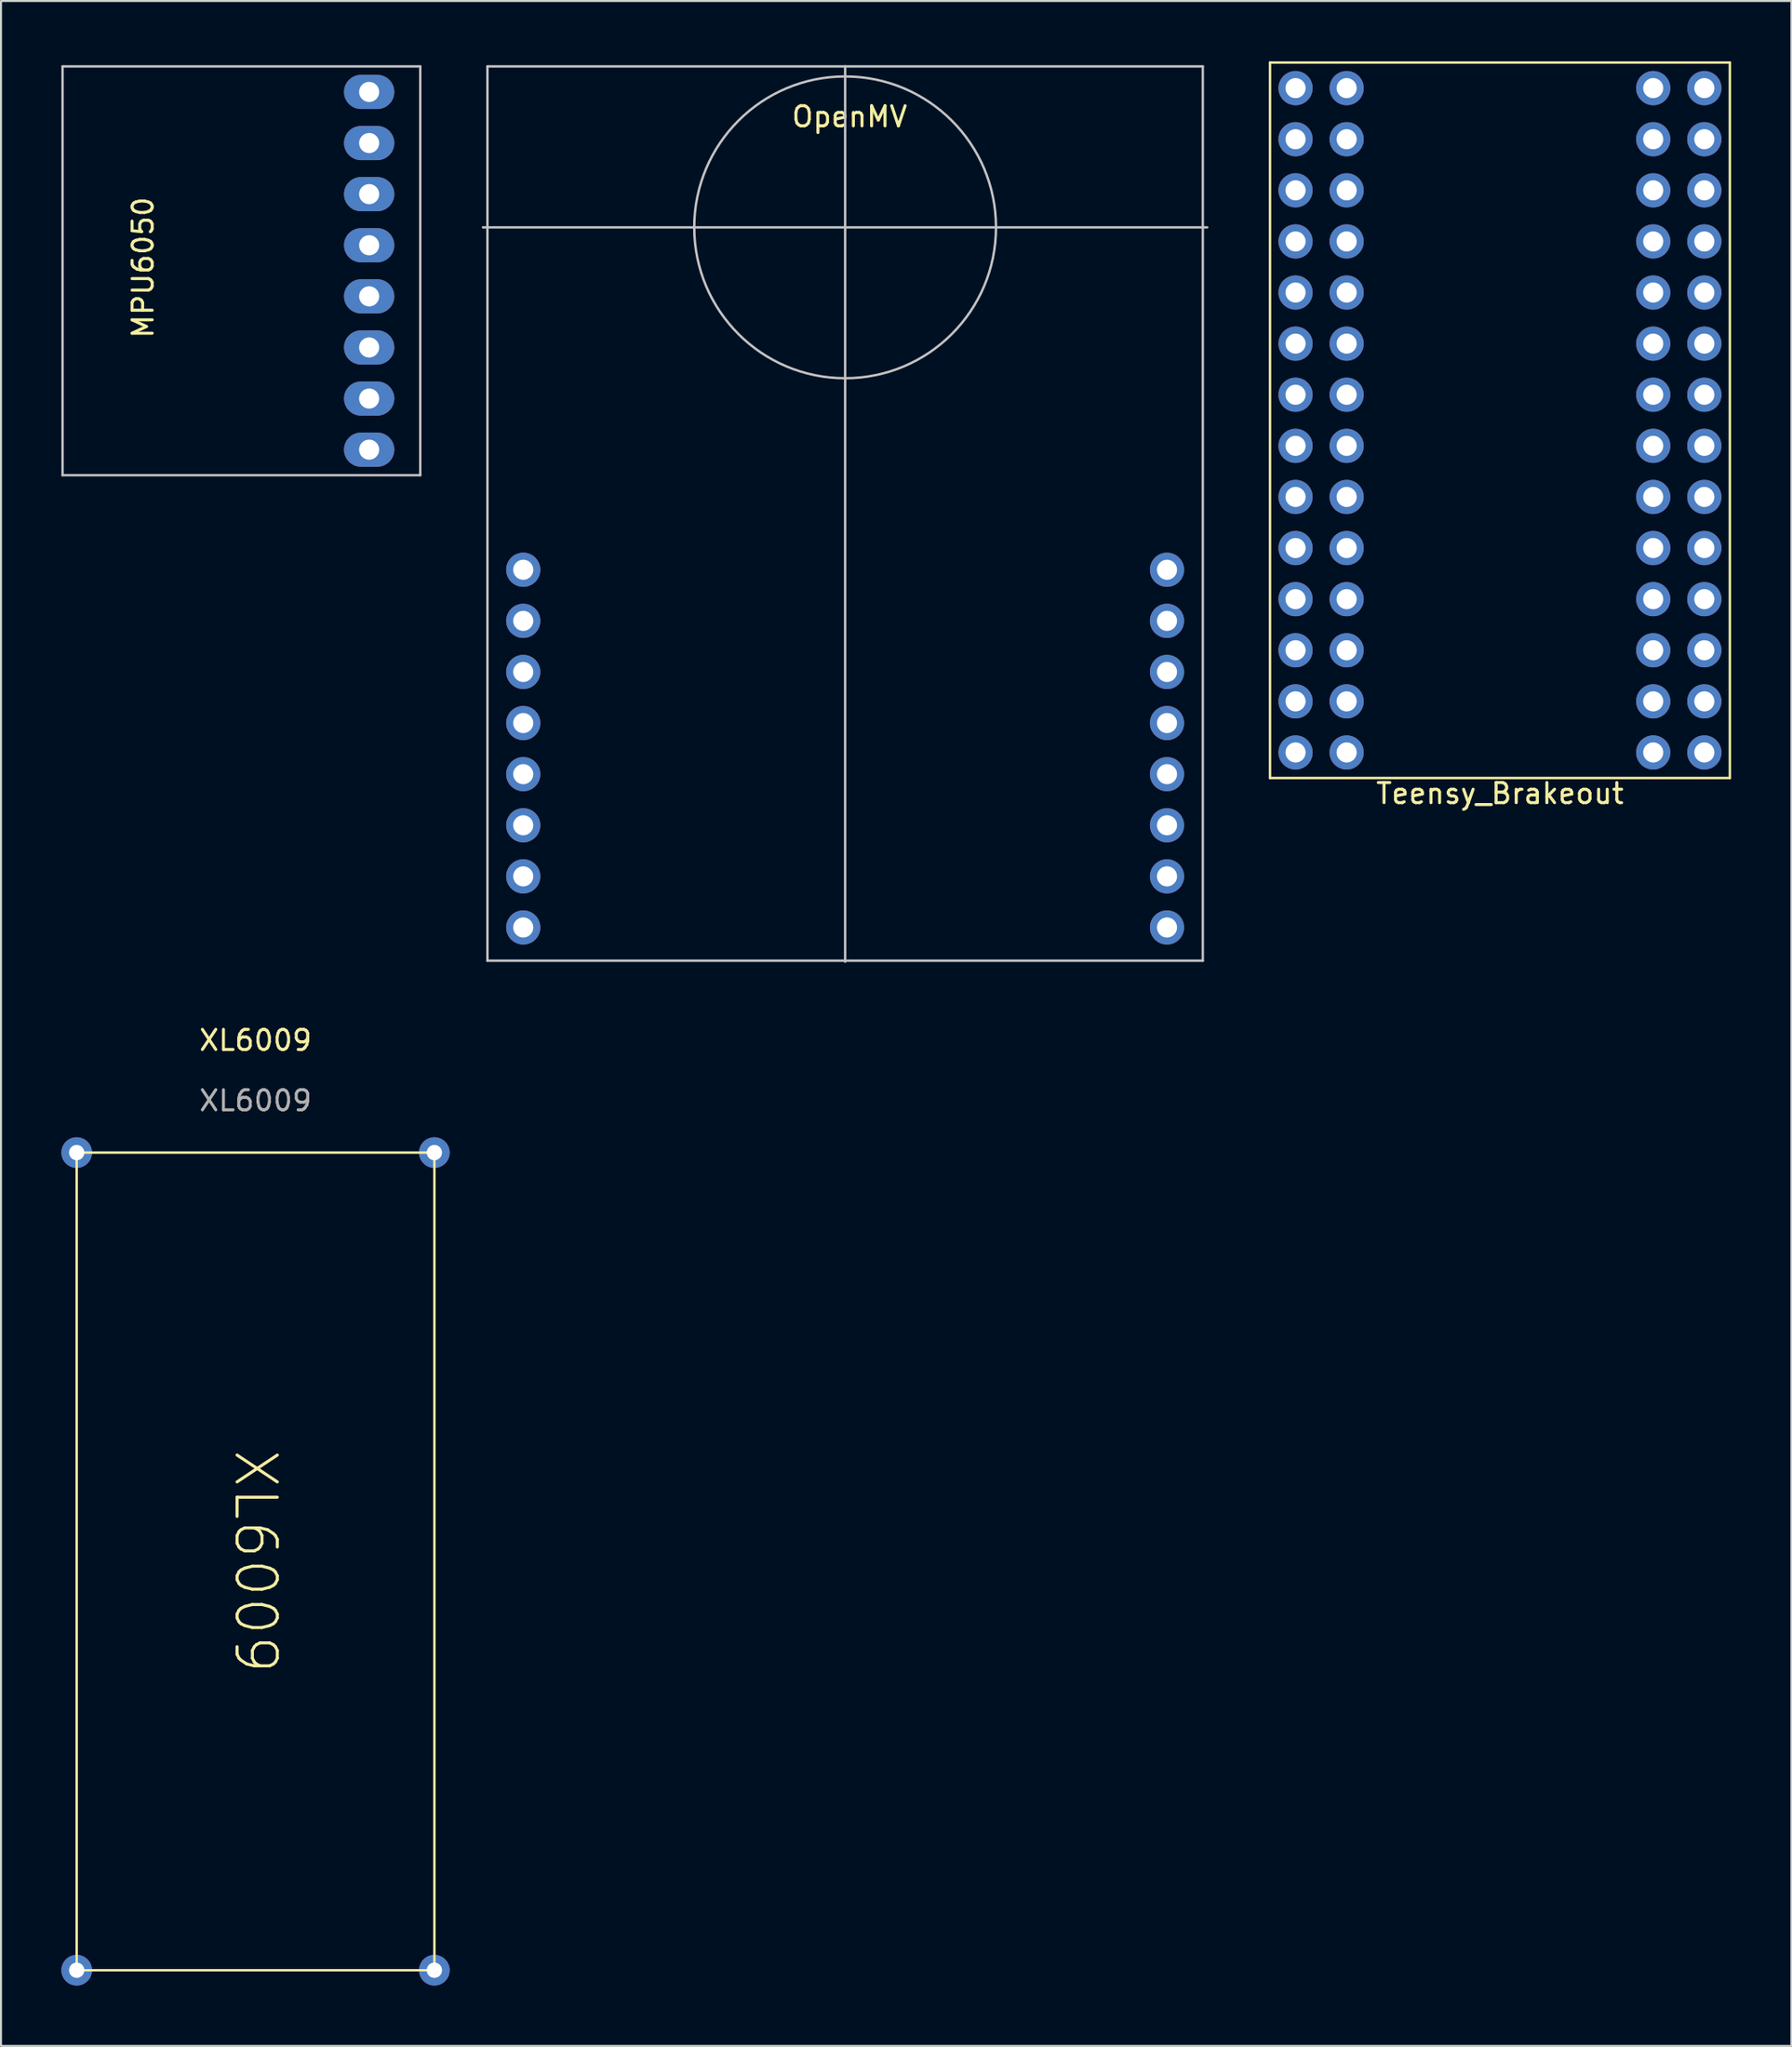
<source format=kicad_pcb>
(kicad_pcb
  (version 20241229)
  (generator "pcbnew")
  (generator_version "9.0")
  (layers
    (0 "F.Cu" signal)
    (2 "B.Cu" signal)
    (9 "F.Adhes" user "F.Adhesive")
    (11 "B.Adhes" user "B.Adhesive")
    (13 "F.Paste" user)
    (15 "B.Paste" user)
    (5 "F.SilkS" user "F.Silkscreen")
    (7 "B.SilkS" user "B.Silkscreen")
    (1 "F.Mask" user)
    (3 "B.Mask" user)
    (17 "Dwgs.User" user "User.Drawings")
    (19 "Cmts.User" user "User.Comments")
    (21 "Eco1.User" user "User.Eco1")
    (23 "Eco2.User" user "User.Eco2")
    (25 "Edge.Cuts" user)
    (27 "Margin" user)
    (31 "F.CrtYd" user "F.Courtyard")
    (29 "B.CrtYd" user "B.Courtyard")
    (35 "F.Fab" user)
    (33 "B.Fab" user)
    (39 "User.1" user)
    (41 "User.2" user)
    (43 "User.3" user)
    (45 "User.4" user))
  (footprint "XL6009"
    (layer "F.Cu")
    (at 9.652 49.158)
    (property "Reference" "XL6009" (at 0 -0.5 0) (unlocked yes) (layer "F.SilkS") (effects (font (size 1 1) (thickness 0.15))))
    (attr through_hole)
    (fp_rect (start -8.89 5.08) (end 8.89 45.72) (stroke (width 0.12) (type solid)) (fill no) (layer "F.SilkS"))
    (fp_text user "XL6009" (at 0 25.4 270) (unlocked yes) (layer "F.SilkS") (effects (font (size 2 2) (thickness 0.15))))
    (fp_text user "${REFERENCE}" (at 0 2.5 0) (unlocked yes) (layer "F.Fab") (effects (font (size 1 1) (thickness 0.15))))
    (pad "1" thru_hole circle (at 8.89 5.08) (size 1.524 1.524) (drill 0.762) (layers "*.Cu" "*.Mask"))
    (pad "2" thru_hole circle (at -8.89 5.08) (size 1.524 1.524) (drill 0.762) (layers "*.Cu" "*.Mask"))
    (pad "3" thru_hole circle (at 8.89 45.72) (size 1.524 1.524) (drill 0.762) (layers "*.Cu" "*.Mask"))
    (pad "4" thru_hole circle (at -8.89 45.72) (size 1.524 1.524) (drill 0.762) (layers "*.Cu" "*.Mask")))
  (footprint "OpenMV"
    (layer "F.Cu")
    (at 38.96 0.25)
    (property "Reference" "OpenMV" (at 0.22 2.5 180) (layer "F.SilkS") (effects (font (size 1 1) (thickness 0.15))))
    (attr through_hole)
    (fp_line (start -18 8) (end 18 8) (stroke (width 0.12) (type solid)) (layer "Dwgs.User"))
    (fp_line (start -17.78 0) (end 0 0) (stroke (width 0.12) (type solid)) (layer "Dwgs.User"))
    (fp_line (start -17.78 44.45) (end -17.78 0) (stroke (width 0.12) (type solid)) (layer "Dwgs.User"))
    (fp_line (start 0 0) (end 0 44.5) (stroke (width 0.12) (type solid)) (layer "Dwgs.User"))
    (fp_line (start 0 0) (end 17.78 0) (stroke (width 0.12) (type solid)) (layer "Dwgs.User"))
    (fp_line (start 17.78 0) (end 17.78 44.45) (stroke (width 0.12) (type solid)) (layer "Dwgs.User"))
    (fp_line (start 17.78 44.45) (end -17.78 44.45) (stroke (width 0.12) (type solid)) (layer "Dwgs.User"))
    (fp_circle (center 0 8) (end 7.5 8) (stroke (width 0.12) (type solid)) (fill no) (layer "Dwgs.User"))
    (pad "1" thru_hole circle (at -16 42.799) (size 1.7 1.7) (drill 1) (layers "*.Cu" "*.Mask"))
    (pad "2" thru_hole circle (at -16 40.259) (size 1.7 1.7) (drill 1) (layers "*.Cu" "*.Mask"))
    (pad "3" thru_hole circle (at -16 37.719) (size 1.7 1.7) (drill 1) (layers "*.Cu" "*.Mask"))
    (pad "4" thru_hole circle (at -16 35.179) (size 1.7 1.7) (drill 1) (layers "*.Cu" "*.Mask"))
    (pad "5" thru_hole circle (at -16 32.639) (size 1.7 1.7) (drill 1) (layers "*.Cu" "*.Mask"))
    (pad "6" thru_hole circle (at -16 30.099) (size 1.7 1.7) (drill 1) (layers "*.Cu" "*.Mask"))
    (pad "7" thru_hole circle (at -16 27.559) (size 1.7 1.7) (drill 1) (layers "*.Cu" "*.Mask"))
    (pad "8" thru_hole circle (at -16 25.019) (size 1.7 1.7) (drill 1) (layers "*.Cu" "*.Mask"))
    (pad "9" thru_hole circle (at 16 25.019) (size 1.7 1.7) (drill 1) (layers "*.Cu" "*.Mask"))
    (pad "10" thru_hole circle (at 16 27.559) (size 1.7 1.7) (drill 1) (layers "*.Cu" "*.Mask"))
    (pad "11" thru_hole circle (at 16 30.099) (size 1.7 1.7) (drill 1) (layers "*.Cu" "*.Mask"))
    (pad "12" thru_hole circle (at 16 32.639) (size 1.7 1.7) (drill 1) (layers "*.Cu" "*.Mask"))
    (pad "13" thru_hole circle (at 16 35.179) (size 1.7 1.7) (drill 1) (layers "*.Cu" "*.Mask"))
    (pad "14" thru_hole circle (at 16 37.719) (size 1.7 1.7) (drill 1) (layers "*.Cu" "*.Mask"))
    (pad "15" thru_hole circle (at 16 40.259) (size 1.7 1.7) (drill 1) (layers "*.Cu" "*.Mask"))
    (pad "16" thru_hole circle (at 16 42.799) (size 1.7 1.7) (drill 1) (layers "*.Cu" "*.Mask")))
  (footprint "MPU6050"
    (layer "F.Cu")
    (at 15.3 0.25)
    (property "Reference" "MPU6050" (at -11.24 10 90) (layer "F.SilkS") (effects (font (size 1 1) (thickness 0.15))))
    (attr through_hole)
    (fp_line (start -15.24 0) (end -15.24 20.32) (stroke (width 0.12) (type solid)) (layer "Dwgs.User"))
    (fp_line (start -15.24 20.32) (end 2.54 20.32) (stroke (width 0.12) (type solid)) (layer "Dwgs.User"))
    (fp_line (start 2.54 0) (end -15.24 0) (stroke (width 0.12) (type solid)) (layer "Dwgs.User"))
    (fp_line (start 2.54 20.32) (end 2.54 0) (stroke (width 0.12) (type solid)) (layer "Dwgs.User"))
    (pad "1" thru_hole oval (at 0 1.27) (size 2.5 1.7) (drill 1) (layers "*.Cu" "*.Mask"))
    (pad "2" thru_hole oval (at 0 3.81) (size 2.5 1.7) (drill 1) (layers "*.Cu" "*.Mask"))
    (pad "3" thru_hole oval (at 0 6.35) (size 2.5 1.7) (drill 1) (layers "*.Cu" "*.Mask"))
    (pad "4" thru_hole oval (at 0 8.89) (size 2.5 1.7) (drill 1) (layers "*.Cu" "*.Mask"))
    (pad "5" thru_hole oval (at 0 11.43) (size 2.5 1.7) (drill 1) (layers "*.Cu" "*.Mask"))
    (pad "6" thru_hole oval (at 0 13.97) (size 2.5 1.7) (drill 1) (layers "*.Cu" "*.Mask"))
    (pad "7" thru_hole oval (at 0 16.51) (size 2.5 1.7) (drill 1) (layers "*.Cu" "*.Mask"))
    (pad "8" thru_hole oval (at 0 19.05) (size 2.5 1.7) (drill 1) (layers "*.Cu" "*.Mask")))
  (footprint "Teensy_Brakeout"
    (layer "F.Cu")
    (at 71.51 17.38)
    (property "Reference" "Teensy_Brakeout" (at 0 19.01 180) (layer "F.SilkS") (effects (font (size 1 1) (thickness 0.15))))
    (attr through_hole)
    (fp_line (start -11.43 -17.32) (end -11.43 18.24) (stroke (width 0.12) (type solid)) (layer "F.SilkS"))
    (fp_line (start -11.43 18.24) (end 11.43 18.24) (stroke (width 0.12) (type solid)) (layer "F.SilkS"))
    (fp_line (start 11.43 -17.32) (end -11.43 -17.32) (stroke (width 0.12) (type solid)) (layer "F.SilkS"))
    (fp_line (start 11.43 18.24) (end 11.43 -17.32) (stroke (width 0.12) (type solid)) (layer "F.SilkS"))
    (pad "1" thru_hole circle (at -10.16 -10.97 180) (size 1.7 1.7) (drill 1) (layers "*.Cu" "*.Mask"))
    (pad "1" thru_hole circle (at -7.62 -16.05 180) (size 1.7 1.7) (drill 1) (layers "*.Cu" "*.Mask"))
    (pad "1" thru_hole circle (at 7.62 -13.51 180) (size 1.7 1.7) (drill 1) (layers "*.Cu" "*.Mask"))
    (pad "1" thru_hole circle (at 10.16 -8.43 180) (size 1.7 1.7) (drill 1) (layers "*.Cu" "*.Mask"))
    (pad "1" thru_hole circle (at 10.16 -5.89 180) (size 1.7 1.7) (drill 1) (layers "*.Cu" "*.Mask"))
    (pad "1" thru_hole circle (at 10.16 11.89 180) (size 1.7 1.7) (drill 1) (layers "*.Cu" "*.Mask"))
    (pad "2" thru_hole circle (at -7.62 -13.51 180) (size 1.7 1.7) (drill 1) (layers "*.Cu" "*.Mask"))
    (pad "3" thru_hole circle (at -7.62 -10.97 180) (size 1.7 1.7) (drill 1) (layers "*.Cu" "*.Mask"))
    (pad "4" thru_hole circle (at -7.62 -8.43 180) (size 1.7 1.7) (drill 1) (layers "*.Cu" "*.Mask"))
    (pad "5" thru_hole circle (at -7.62 -5.89 180) (size 1.7 1.7) (drill 1) (layers "*.Cu" "*.Mask"))
    (pad "6" thru_hole circle (at -7.62 -3.35 180) (size 1.7 1.7) (drill 1) (layers "*.Cu" "*.Mask"))
    (pad "7" thru_hole circle (at -7.62 -0.81 180) (size 1.7 1.7) (drill 1) (layers "*.Cu" "*.Mask"))
    (pad "8" thru_hole circle (at -7.62 1.73 180) (size 1.7 1.7) (drill 1) (layers "*.Cu" "*.Mask"))
    (pad "9" thru_hole circle (at -7.62 4.27 180) (size 1.7 1.7) (drill 1) (layers "*.Cu" "*.Mask"))
    (pad "10" thru_hole circle (at -7.62 6.81 180) (size 1.7 1.7) (drill 1) (layers "*.Cu" "*.Mask"))
    (pad "11" thru_hole circle (at -7.62 9.35 180) (size 1.7 1.7) (drill 1) (layers "*.Cu" "*.Mask"))
    (pad "12" thru_hole circle (at -7.62 11.89 180) (size 1.7 1.7) (drill 1) (layers "*.Cu" "*.Mask"))
    (pad "13" thru_hole circle (at -7.62 14.43 180) (size 1.7 1.7) (drill 1) (layers "*.Cu" "*.Mask"))
    (pad "14" thru_hole circle (at -7.62 16.97 180) (size 1.7 1.7) (drill 1) (layers "*.Cu" "*.Mask"))
    (pad "15" thru_hole circle (at -10.16 16.97) (size 1.7 1.7) (drill 1) (layers "*.Cu" "*.Mask"))
    (pad "18" thru_hole circle (at 10.16 14.43) (size 1.7 1.7) (drill 1) (layers "*.Cu" "*.Mask"))
    (pad "19" thru_hole circle (at 10.16 16.97) (size 1.7 1.7) (drill 1) (layers "*.Cu" "*.Mask"))
    (pad "20" thru_hole circle (at 7.62 16.97 180) (size 1.7 1.7) (drill 1) (layers "*.Cu" "*.Mask"))
    (pad "21" thru_hole circle (at 7.62 14.43 180) (size 1.7 1.7) (drill 1) (layers "*.Cu" "*.Mask"))
    (pad "22" thru_hole circle (at 7.62 11.89 180) (size 1.7 1.7) (drill 1) (layers "*.Cu" "*.Mask"))
    (pad "23" thru_hole circle (at 7.62 9.35 180) (size 1.7 1.7) (drill 1) (layers "*.Cu" "*.Mask"))
    (pad "24" thru_hole circle (at 7.62 6.81 180) (size 1.7 1.7) (drill 1) (layers "*.Cu" "*.Mask"))
    (pad "25" thru_hole circle (at 7.62 4.27 180) (size 1.7 1.7) (drill 1) (layers "*.Cu" "*.Mask"))
    (pad "26" thru_hole circle (at 7.62 1.73 180) (size 1.7 1.7) (drill 1) (layers "*.Cu" "*.Mask"))
    (pad "27" thru_hole circle (at 7.62 -0.81 180) (size 1.7 1.7) (drill 1) (layers "*.Cu" "*.Mask"))
    (pad "28" thru_hole circle (at 7.62 -3.35 180) (size 1.7 1.7) (drill 1) (layers "*.Cu" "*.Mask"))
    (pad "29" thru_hole circle (at 7.62 -5.89 180) (size 1.7 1.7) (drill 1) (layers "*.Cu" "*.Mask"))
    (pad "30" thru_hole circle (at 7.62 -8.43 180) (size 1.7 1.7) (drill 1) (layers "*.Cu" "*.Mask"))
    (pad "31" thru_hole circle (at -10.16 -5.89 180) (size 1.7 1.7) (drill 1) (layers "*.Cu" "*.Mask"))
    (pad "31" thru_hole circle (at 7.62 -10.97 180) (size 1.7 1.7) (drill 1) (layers "*.Cu" "*.Mask"))
    (pad "31" thru_hole circle (at 10.16 9.35 180) (size 1.7 1.7) (drill 1) (layers "*.Cu" "*.Mask"))
    (pad "33" thru_hole circle (at 7.62 -16.05 180) (size 1.7 1.7) (drill 1) (layers "*.Cu" "*.Mask"))
    (pad "34" thru_hole circle (at 10.16 -16.05) (size 1.7 1.7) (drill 1) (layers "*.Cu" "*.Mask"))
    (pad "35" thru_hole circle (at 10.16 6.81) (size 1.7 1.7) (drill 1) (layers "*.Cu" "*.Mask"))
    (pad "36" thru_hole circle (at 10.16 -0.81) (size 1.7 1.7) (drill 1) (layers "*.Cu" "*.Mask"))
    (pad "37" thru_hole circle (at 10.16 1.73) (size 1.7 1.7) (drill 1) (layers "*.Cu" "*.Mask"))
    (pad "38" thru_hole circle (at 10.16 -3.35) (size 1.7 1.7) (drill 1) (layers "*.Cu" "*.Mask"))
    (pad "39" thru_hole circle (at 10.16 4.27) (size 1.7 1.7) (drill 1) (layers "*.Cu" "*.Mask"))
    (pad "40" thru_hole circle (at -10.16 4.27) (size 1.7 1.7) (drill 1) (layers "*.Cu" "*.Mask"))
    (pad "41" thru_hole circle (at -10.16 14.43) (size 1.7 1.7) (drill 1) (layers "*.Cu" "*.Mask"))
    (pad "42" thru_hole circle (at -10.16 6.81) (size 1.7 1.7) (drill 1) (layers "*.Cu" "*.Mask"))
    (pad "43" thru_hole circle (at -10.16 11.89) (size 1.7 1.7) (drill 1) (layers "*.Cu" "*.Mask"))
    (pad "44" thru_hole circle (at -10.16 9.35) (size 1.7 1.7) (drill 1) (layers "*.Cu" "*.Mask"))
    (pad "45" thru_hole circle (at -10.16 -16.05) (size 1.7 1.7) (drill 1) (layers "*.Cu" "*.Mask"))
    (pad "46" thru_hole circle (at -10.16 -13.51) (size 1.7 1.7) (drill 1) (layers "*.Cu" "*.Mask"))
    (pad "48" thru_hole circle (at -10.16 -8.43) (size 1.7 1.7) (drill 1) (layers "*.Cu" "*.Mask"))
    (pad "50" thru_hole circle (at -10.16 -3.35) (size 1.7 1.7) (drill 1) (layers "*.Cu" "*.Mask"))
    (pad "51" thru_hole circle (at -10.16 -0.81) (size 1.7 1.7) (drill 1) (layers "*.Cu" "*.Mask"))
    (pad "52" thru_hole circle (at -10.16 1.73) (size 1.7 1.7) (drill 1) (layers "*.Cu" "*.Mask"))
    (pad "53" thru_hole circle (at 10.16 -13.51) (size 1.7 1.7) (drill 1) (layers "*.Cu" "*.Mask"))
    (pad "54" thru_hole circle (at 10.16 -10.97) (size 1.7 1.7) (drill 1) (layers "*.Cu" "*.Mask")))
  (gr_rect
    (start -3 -3)
    (end 86 98.64)
    (stroke (width 0.1) (type default))
    (fill no)
    (layer "Edge.Cuts")))
</source>
